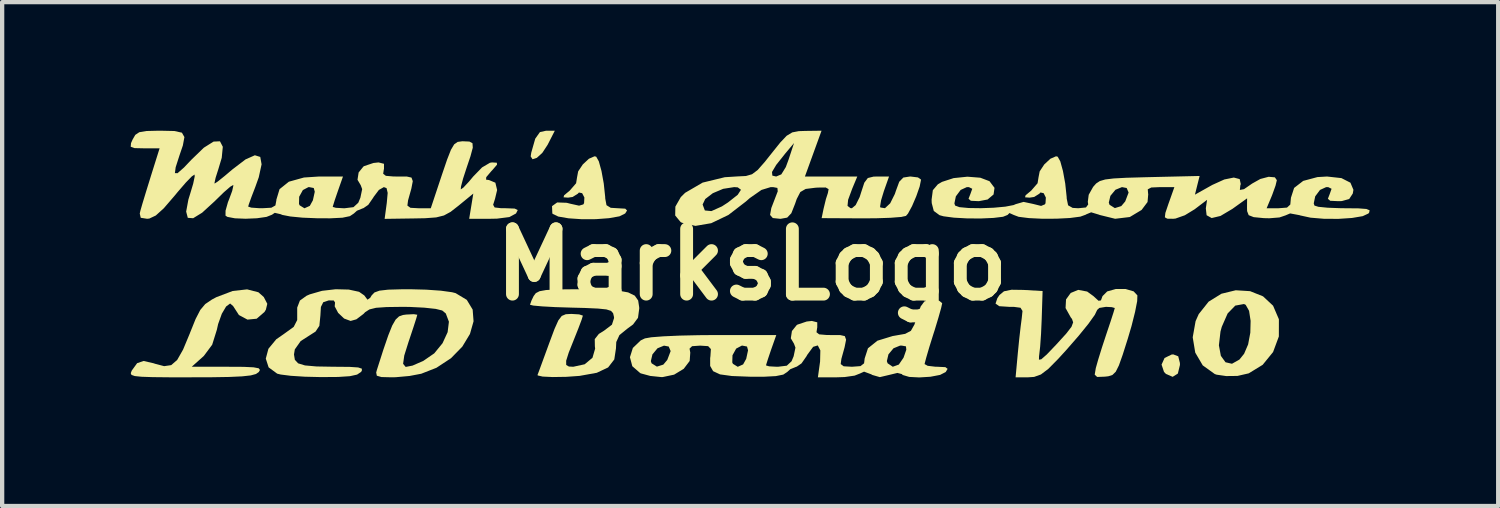
<source format=kicad_pcb>
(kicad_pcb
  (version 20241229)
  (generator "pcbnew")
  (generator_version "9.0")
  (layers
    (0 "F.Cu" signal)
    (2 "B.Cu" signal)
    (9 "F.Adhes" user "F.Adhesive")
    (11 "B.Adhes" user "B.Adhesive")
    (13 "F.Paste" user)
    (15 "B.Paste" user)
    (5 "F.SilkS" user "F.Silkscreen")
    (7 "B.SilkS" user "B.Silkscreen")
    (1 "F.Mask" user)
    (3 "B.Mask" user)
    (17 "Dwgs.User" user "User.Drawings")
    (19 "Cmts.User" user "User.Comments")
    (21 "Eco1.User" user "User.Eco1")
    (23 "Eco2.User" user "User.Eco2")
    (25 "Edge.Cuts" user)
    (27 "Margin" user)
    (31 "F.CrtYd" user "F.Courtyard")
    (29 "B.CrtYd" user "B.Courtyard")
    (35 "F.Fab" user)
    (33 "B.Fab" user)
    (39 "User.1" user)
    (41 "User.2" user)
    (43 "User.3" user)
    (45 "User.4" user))
  (footprint "MarksLogo"
    (layer "F.Cu")
    (at 14.496 3.124)
    (property "Reference" "MarksLogo" (at 0 0 0) (layer "F.SilkS") (effects (font (size 1.524 1.524) (thickness 0.3))))
    (attr board_only exclude_from_pos_files exclude_from_bom)
    (fp_poly (pts (xy -4.768 -2.795) (xy -4.891 -2.608) (xy -5.019 -2.491) (xy -5.12 -2.458) (xy -5.163 -2.524) (xy -5.15 -2.61) (xy -5.094 -2.808) (xy -5.056 -2.939) (xy -4.947 -3.092) (xy -4.802 -3.124) (xy -4.6 -3.124)) (stroke (width 0) (type solid)) (fill yes) (layer "F.SilkS"))
    (fp_poly (pts (xy 9.947 2.14) (xy 9.986 2.295) (xy 9.987 2.342) (xy 9.938 2.543) (xy 9.817 2.619) (xy 9.661 2.552) (xy 9.615 2.504) (xy 9.558 2.334) (xy 9.628 2.179) (xy 9.795 2.098) (xy 9.832 2.096)) (stroke (width 0) (type solid)) (fill yes) (layer "F.SilkS"))
    (fp_poly (pts (xy 11.624 0.62) (xy 11.926 0.741) (xy 12.16 0.959) (xy 12.294 1.271) (xy 12.296 1.282) (xy 12.295 1.677) (xy 12.16 2.041) (xy 11.917 2.339) (xy 11.591 2.538) (xy 11.329 2.598) (xy 11.065 2.601) (xy 10.844 2.569) (xy 10.8 2.554) (xy 10.519 2.352) (xy 10.344 2.054) (xy 10.316 1.884) (xy 10.896 1.884) (xy 10.942 2.13) (xy 11.05 2.279) (xy 11.201 2.314) (xy 11.375 2.216) (xy 11.484 2.081) (xy 11.578 1.862) (xy 11.629 1.59) (xy 11.636 1.313) (xy 11.6 1.079) (xy 11.521 0.939) (xy 11.481 0.92) (xy 11.278 0.957) (xy 11.1 1.14) (xy 10.963 1.452) (xy 10.933 1.562) (xy 10.896 1.884) (xy 10.316 1.884) (xy 10.285 1.697) (xy 10.352 1.32) (xy 10.425 1.156) (xy 10.656 0.865) (xy 10.955 0.68) (xy 11.289 0.599)) (stroke (width 0) (type solid)) (fill yes) (layer "F.SilkS"))
    (fp_poly (pts (xy -3.634 -2.518) (xy -3.573 -2.409) (xy -3.511 -2.184) (xy -3.458 -1.893) (xy -3.425 -1.583) (xy -3.423 -1.541) (xy -3.394 -1.386) (xy -3.295 -1.325) (xy -3.134 -1.315) (xy -2.956 -1.305) (xy -2.914 -1.262) (xy -2.959 -1.192) (xy -3.092 -1.126) (xy -3.335 -1.083) (xy -3.643 -1.06) (xy -3.972 -1.059) (xy -4.279 -1.08) (xy -4.519 -1.121) (xy -4.649 -1.183) (xy -4.658 -1.197) (xy -4.665 -1.364) (xy -4.545 -1.45) (xy -4.322 -1.442) (xy -4.241 -1.421) (xy -4.034 -1.375) (xy -3.935 -1.404) (xy -3.917 -1.435) (xy -3.91 -1.566) (xy -3.962 -1.666) (xy -4.037 -1.682) (xy -4.064 -1.653) (xy -4.184 -1.578) (xy -4.29 -1.562) (xy -4.396 -1.57) (xy -4.383 -1.617) (xy -4.252 -1.726) (xy -4.103 -1.898) (xy -4.081 -2.036) (xy -4.055 -2.175) (xy -3.947 -2.337) (xy -3.804 -2.47) (xy -3.673 -2.527)) (stroke (width 0) (type solid)) (fill yes) (layer "F.SilkS"))
    (fp_poly (pts (xy -11.516 0.646) (xy -11.391 0.757) (xy -11.309 0.915) (xy -11.342 1.052) (xy -11.375 1.106) (xy -11.557 1.263) (xy -11.771 1.284) (xy -11.971 1.177) (xy -12.107 0.967) (xy -12.176 0.908) (xy -12.27 0.978) (xy -12.37 1.147) (xy -12.456 1.387) (xy -12.486 1.521) (xy -12.595 1.87) (xy -12.788 2.129) (xy -12.817 2.156) (xy -13.072 2.384) (xy -12.239 2.384) (xy -11.864 2.386) (xy -11.629 2.397) (xy -11.509 2.42) (xy -11.48 2.459) (xy -11.508 2.507) (xy -11.573 2.553) (xy -11.695 2.586) (xy -11.896 2.608) (xy -12.2 2.622) (xy -12.627 2.629) (xy -13.083 2.63) (xy -13.606 2.63) (xy -13.987 2.626) (xy -14.245 2.617) (xy -14.401 2.601) (xy -14.478 2.574) (xy -14.495 2.534) (xy -14.474 2.479) (xy -14.47 2.471) (xy -14.346 2.3) (xy -14.194 2.249) (xy -13.96 2.303) (xy -13.929 2.314) (xy -13.716 2.37) (xy -13.551 2.346) (xy -13.411 2.224) (xy -13.274 1.983) (xy -13.116 1.604) (xy -13.113 1.595) (xy -12.982 1.27) (xy -12.873 1.059) (xy -12.757 0.921) (xy -12.602 0.816) (xy -12.497 0.76) (xy -12.117 0.616) (xy -11.78 0.578)) (stroke (width 0) (type solid)) (fill yes) (layer "F.SilkS"))
    (fp_poly (pts (xy -3.515 0.581) (xy -3.142 0.603) (xy -2.889 0.649) (xy -2.734 0.725) (xy -2.655 0.838) (xy -2.631 0.996) (xy -2.63 1.025) (xy -2.659 1.242) (xy -2.774 1.397) (xy -2.906 1.494) (xy -3.092 1.645) (xy -3.166 1.807) (xy -3.173 1.956) (xy -3.212 2.213) (xy -3.356 2.4) (xy -3.621 2.525) (xy -4.022 2.597) (xy -4.331 2.619) (xy -4.651 2.624) (xy -4.884 2.613) (xy -4.998 2.587) (xy -5.003 2.574) (xy -4.963 2.468) (xy -4.882 2.247) (xy -4.774 1.952) (xy -4.728 1.826) (xy -4.607 1.502) (xy -4.518 1.303) (xy -4.438 1.198) (xy -4.343 1.158) (xy -4.214 1.151) (xy -4.032 1.162) (xy -3.946 1.19) (xy -3.946 1.194) (xy -3.974 1.286) (xy -4.049 1.486) (xy -4.151 1.742) (xy -4.275 2.053) (xy -4.335 2.243) (xy -4.334 2.342) (xy -4.271 2.379) (xy -4.169 2.384) (xy -3.903 2.326) (xy -3.721 2.174) (xy -3.659 1.961) (xy -3.665 1.908) (xy -3.668 1.739) (xy -3.573 1.618) (xy -3.451 1.542) (xy -3.267 1.402) (xy -3.217 1.246) (xy -3.221 1.213) (xy -3.24 1.134) (xy -3.289 1.08) (xy -3.396 1.046) (xy -3.591 1.026) (xy -3.901 1.012) (xy -4.213 1.004) (xy -4.589 0.992) (xy -4.897 0.975) (xy -5.104 0.956) (xy -5.179 0.937) (xy -5.144 0.838) (xy -5.094 0.734) (xy -5.043 0.666) (xy -4.956 0.621) (xy -4.805 0.594) (xy -4.558 0.58) (xy -4.187 0.576) (xy -4.03 0.575)) (stroke (width 0) (type solid)) (fill yes) (layer "F.SilkS"))
    (fp_poly (pts (xy 8.907 0.625) (xy 8.994 0.719) (xy 8.989 0.853) (xy 8.94 1.104) (xy 8.857 1.434) (xy 8.771 1.726) (xy 8.651 2.104) (xy 8.563 2.352) (xy 8.489 2.5) (xy 8.412 2.575) (xy 8.316 2.606) (xy 8.235 2.615) (xy 8.055 2.622) (xy 7.998 2.568) (xy 8.024 2.412) (xy 8.025 2.41) (xy 8.08 2.215) (xy 8.169 1.928) (xy 8.274 1.609) (xy 8.274 1.609) (xy 8.368 1.329) (xy 8.436 1.118) (xy 8.466 1.016) (xy 8.467 1.013) (xy 8.396 0.993) (xy 8.261 0.986) (xy 8.107 1.011) (xy 8.056 1.057) (xy 8.001 1.172) (xy 7.851 1.382) (xy 7.622 1.664) (xy 7.335 1.993) (xy 7.147 2.199) (xy 6.916 2.433) (xy 6.743 2.564) (xy 6.584 2.621) (xy 6.449 2.63) (xy 6.152 2.63) (xy 6.203 2.076) (xy 6.236 1.744) (xy 6.271 1.438) (xy 6.295 1.254) (xy 6.313 1.083) (xy 6.267 1.007) (xy 6.117 0.987) (xy 6.004 0.986) (xy 5.771 0.971) (xy 5.684 0.91) (xy 5.726 0.784) (xy 5.777 0.709) (xy 5.881 0.623) (xy 6.057 0.587) (xy 6.332 0.591) (xy 6.782 0.617) (xy 6.761 1.274) (xy 6.746 1.615) (xy 6.725 1.915) (xy 6.702 2.117) (xy 6.699 2.137) (xy 6.697 2.219) (xy 6.751 2.21) (xy 6.879 2.098) (xy 7.095 1.872) (xy 7.11 1.856) (xy 7.333 1.611) (xy 7.456 1.452) (xy 7.495 1.348) (xy 7.468 1.268) (xy 7.44 1.233) (xy 7.318 1.014) (xy 7.329 0.813) (xy 7.438 0.662) (xy 7.613 0.59) (xy 7.822 0.629) (xy 7.969 0.736) (xy 8.087 0.844) (xy 8.143 0.836) (xy 8.18 0.736) (xy 8.29 0.626) (xy 8.489 0.57) (xy 8.716 0.569)) (stroke (width 0) (type solid)) (fill yes) (layer "F.SilkS"))
    (fp_poly (pts (xy -9.407 0.583) (xy -9.167 0.635) (xy -9.046 0.719) (xy -8.971 0.819) (xy -8.908 0.775) (xy -8.874 0.719) (xy -8.809 0.651) (xy -8.691 0.608) (xy -8.489 0.585) (xy -8.169 0.576) (xy -7.982 0.575) (xy -7.602 0.585) (xy -7.257 0.609) (xy -6.997 0.645) (xy -6.915 0.666) (xy -6.654 0.823) (xy -6.517 1.05) (xy -6.496 1.323) (xy -6.58 1.619) (xy -6.759 1.915) (xy -7.023 2.185) (xy -7.362 2.408) (xy -7.717 2.547) (xy -7.991 2.599) (xy -8.313 2.628) (xy -8.411 2.63) (xy -8.646 2.624) (xy -8.753 2.593) (xy -8.768 2.519) (xy -8.752 2.459) (xy -8.601 1.987) (xy -8.485 1.649) (xy -8.394 1.422) (xy -8.314 1.283) (xy -8.234 1.208) (xy -8.142 1.176) (xy -8.069 1.166) (xy -7.891 1.157) (xy -7.81 1.17) (xy -7.809 1.172) (xy -7.834 1.26) (xy -7.899 1.462) (xy -7.991 1.739) (xy -8.01 1.794) (xy -8.113 2.122) (xy -8.14 2.315) (xy -8.08 2.388) (xy -7.92 2.357) (xy -7.668 2.247) (xy -7.413 2.071) (xy -7.22 1.835) (xy -7.101 1.577) (xy -7.071 1.333) (xy -7.144 1.14) (xy -7.228 1.071) (xy -7.378 1.034) (xy -7.646 1.005) (xy -7.985 0.988) (xy -8.155 0.986) (xy -8.527 0.991) (xy -8.771 1.008) (xy -8.925 1.046) (xy -9.025 1.11) (xy -9.064 1.151) (xy -9.23 1.277) (xy -9.365 1.315) (xy -9.516 1.259) (xy -9.656 1.126) (xy -9.736 0.975) (xy -9.728 0.884) (xy -9.759 0.837) (xy -9.876 0.836) (xy -10.003 0.878) (xy -10.058 0.988) (xy -10.07 1.189) (xy -10.094 1.429) (xy -10.184 1.564) (xy -10.246 1.603) (xy -10.53 1.785) (xy -10.667 1.979) (xy -10.686 2.097) (xy -10.666 2.221) (xy -10.59 2.304) (xy -10.43 2.353) (xy -10.16 2.377) (xy -9.755 2.384) (xy -9.724 2.384) (xy -9.387 2.387) (xy -9.188 2.4) (xy -9.102 2.429) (xy -9.103 2.478) (xy -9.124 2.507) (xy -9.214 2.567) (xy -9.382 2.604) (xy -9.657 2.622) (xy -10.059 2.625) (xy -10.433 2.616) (xy -10.761 2.595) (xy -10.998 2.565) (xy -11.078 2.545) (xy -11.278 2.398) (xy -11.344 2.194) (xy -11.283 1.965) (xy -11.1 1.743) (xy -10.93 1.625) (xy -10.693 1.454) (xy -10.611 1.294) (xy -10.611 1.274) (xy -10.611 1.003) (xy -10.548 0.839) (xy -10.394 0.728) (xy -10.319 0.695) (xy -10.032 0.612) (xy -9.712 0.575)) (stroke (width 0) (type solid)) (fill yes) (layer "F.SilkS"))
    (fp_poly (pts (xy 1.236 -2.055) (xy 2.458 -2.055) (xy 2.339 -1.77) (xy 2.244 -1.512) (xy 2.23 -1.37) (xy 2.298 -1.318) (xy 2.332 -1.315) (xy 2.42 -1.388) (xy 2.513 -1.575) (xy 2.548 -1.685) (xy 2.622 -1.911) (xy 2.704 -2.02) (xy 2.838 -2.053) (xy 2.925 -2.055) (xy 3.199 -2.055) (xy 3.078 -1.713) (xy 3.013 -1.499) (xy 2.99 -1.357) (xy 2.996 -1.333) (xy 3.104 -1.316) (xy 3.226 -1.43) (xy 3.335 -1.649) (xy 3.358 -1.718) (xy 3.437 -1.933) (xy 3.532 -2.031) (xy 3.687 -2.055) (xy 3.702 -2.055) (xy 3.874 -2.034) (xy 3.946 -1.983) (xy 3.946 -1.983) (xy 3.914 -1.823) (xy 3.835 -1.596) (xy 3.736 -1.365) (xy 3.641 -1.19) (xy 3.594 -1.136) (xy 3.475 -1.111) (xy 3.23 -1.092) (xy 2.895 -1.081) (xy 2.56 -1.079) (xy 1.626 -1.084) (xy 1.671 -1.302) (xy 1.726 -1.528) (xy 1.772 -1.67) (xy 1.789 -1.761) (xy 1.721 -1.799) (xy 1.533 -1.797) (xy 1.476 -1.793) (xy 1.253 -1.765) (xy 1.129 -1.693) (xy 1.045 -1.531) (xy 1.006 -1.418) (xy 0.919 -1.198) (xy 0.822 -1.096) (xy 0.673 -1.069) (xy 0.651 -1.069) (xy 0.487 -1.086) (xy 0.423 -1.159) (xy 0.452 -1.32) (xy 0.53 -1.523) (xy 0.602 -1.71) (xy 0.594 -1.789) (xy 0.493 -1.808) (xy 0.437 -1.808) (xy 0.222 -1.742) (xy -0.05 -1.552) (xy -0.14 -1.473) (xy -0.549 -1.158) (xy -0.95 -0.966) (xy -1.319 -0.903) (xy -1.636 -0.977) (xy -1.665 -0.993) (xy -1.791 -1.146) (xy -1.787 -1.352) (xy -1.759 -1.402) (xy -1.151 -1.402) (xy -1.099 -1.263) (xy -0.946 -1.248) (xy -0.701 -1.358) (xy -0.559 -1.45) (xy -0.332 -1.629) (xy -0.256 -1.746) (xy -0.331 -1.802) (xy -0.414 -1.808) (xy -0.671 -1.768) (xy -0.913 -1.666) (xy -1.09 -1.53) (xy -1.151 -1.402) (xy -1.759 -1.402) (xy -1.66 -1.575) (xy -1.559 -1.675) (xy -1.151 -1.913) (xy -0.633 -2.039) (xy -0.329 -2.058) (xy -0.14 -2.067) (xy 0.001 -2.108) (xy 0.072 -2.161) (xy 0.468 -2.161) (xy 0.476 -2.076) (xy 0.565 -2.055) (xy 0.685 -2.105) (xy 0.79 -2.275) (xy 0.853 -2.445) (xy 0.982 -2.836) (xy 0.775 -2.589) (xy 0.566 -2.326) (xy 0.468 -2.161) (xy 0.072 -2.161) (xy 0.133 -2.207) (xy 0.296 -2.392) (xy 0.452 -2.588) (xy 0.661 -2.849) (xy 0.81 -3.006) (xy 0.941 -3.085) (xy 1.092 -3.114) (xy 1.243 -3.119) (xy 1.624 -3.124)) (stroke (width 0) (type solid)) (fill yes) (layer "F.SilkS"))
    (fp_poly (pts (xy 4.373 0.846) (xy 4.439 0.901) (xy 4.415 1.012) (xy 4.352 1.236) (xy 4.263 1.531) (xy 4.234 1.62) (xy 4.139 1.924) (xy 4.068 2.167) (xy 4.031 2.307) (xy 4.029 2.322) (xy 4.101 2.362) (xy 4.279 2.383) (xy 4.326 2.384) (xy 4.514 2.393) (xy 4.566 2.433) (xy 4.521 2.507) (xy 4.39 2.574) (xy 4.165 2.617) (xy 3.905 2.633) (xy 3.67 2.621) (xy 3.518 2.576) (xy 3.498 2.555) (xy 3.394 2.528) (xy 3.204 2.574) (xy 2.984 2.626) (xy 2.808 2.575) (xy 2.783 2.56) (xy 2.616 2.498) (xy 2.522 2.541) (xy 2.395 2.591) (xy 2.163 2.624) (xy 1.986 2.63) (xy 1.539 2.63) (xy 1.59 2.261) (xy 1.596 2.002) (xy 1.536 1.886) (xy 1.428 1.919) (xy 1.289 2.108) (xy 1.274 2.137) (xy 1.157 2.305) (xy 1.044 2.383) (xy 1.035 2.384) (xy 0.893 2.442) (xy 0.823 2.506) (xy 0.731 2.567) (xy 0.557 2.602) (xy 0.273 2.617) (xy -0.051 2.616) (xy -0.468 2.6) (xy -0.745 2.562) (xy -0.906 2.487) (xy -0.975 2.365) (xy -0.975 2.283) (xy -0.459 2.283) (xy -0.443 2.316) (xy -0.331 2.385) (xy -0.206 2.329) (xy -0.134 2.199) (xy -0.091 2) (xy -0.115 1.912) (xy -0.221 1.891) (xy -0.237 1.891) (xy -0.368 1.96) (xy -0.454 2.116) (xy -0.459 2.283) (xy -0.975 2.283) (xy -0.975 2.182) (xy -0.969 2.138) (xy -0.958 1.971) (xy -1.022 1.903) (xy -1.206 1.891) (xy -1.212 1.891) (xy -1.397 1.904) (xy -1.456 1.961) (xy -1.439 2.054) (xy -1.453 2.249) (xy -1.592 2.432) (xy -1.816 2.568) (xy -2.085 2.625) (xy -2.113 2.625) (xy -2.373 2.598) (xy -2.591 2.539) (xy -2.608 2.531) (xy -2.792 2.371) (xy -2.823 2.252) (xy -2.359 2.252) (xy -2.342 2.303) (xy -2.218 2.381) (xy -2.068 2.334) (xy -1.976 2.225) (xy -1.897 2.018) (xy -1.942 1.912) (xy -2.052 1.891) (xy -2.204 1.953) (xy -2.322 2.095) (xy -2.359 2.252) (xy -2.823 2.252) (xy -2.847 2.161) (xy -2.779 1.945) (xy -2.595 1.769) (xy -2.497 1.722) (xy -2.349 1.696) (xy -2.068 1.674) (xy -1.686 1.657) (xy -1.235 1.647) (xy -0.861 1.644) (xy 0.568 1.644) (xy 0.448 1.983) (xy 0.376 2.196) (xy 0.333 2.332) (xy 0.329 2.353) (xy 0.401 2.374) (xy 0.578 2.384) (xy 0.608 2.384) (xy 0.813 2.359) (xy 0.924 2.256) (xy 0.973 2.139) (xy 1.015 1.938) (xy 0.981 1.846) (xy 0.907 1.72) (xy 0.933 1.55) (xy 1.045 1.411) (xy 1.063 1.4) (xy 1.279 1.328) (xy 1.398 1.315) (xy 1.524 1.347) (xy 1.524 1.467) (xy 1.521 1.48) (xy 1.506 1.579) (xy 1.569 1.628) (xy 1.745 1.643) (xy 1.853 1.644) (xy 2.057 1.644) (xy 2.167 1.669) (xy 2.197 1.752) (xy 2.162 1.928) (xy 2.087 2.199) (xy 2.071 2.321) (xy 2.14 2.373) (xy 2.333 2.384) (xy 2.533 2.369) (xy 2.616 2.304) (xy 2.623 2.252) (xy 3.148 2.252) (xy 3.166 2.303) (xy 3.286 2.384) (xy 3.427 2.333) (xy 3.537 2.173) (xy 3.602 1.987) (xy 3.594 1.908) (xy 3.5 1.891) (xy 3.455 1.891) (xy 3.303 1.953) (xy 3.185 2.095) (xy 3.148 2.252) (xy 2.623 2.252) (xy 2.63 2.191) (xy 2.707 1.953) (xy 2.928 1.776) (xy 3.284 1.667) (xy 3.338 1.658) (xy 3.576 1.616) (xy 3.709 1.545) (xy 3.792 1.398) (xy 3.853 1.212) (xy 3.938 0.976) (xy 4.024 0.86) (xy 4.148 0.824) (xy 4.207 0.822)) (stroke (width 0) (type solid)) (fill yes) (layer "F.SilkS"))
    (fp_poly (pts (xy 7.134 -2.518) (xy 7.195 -2.409) (xy 7.257 -2.184) (xy 7.31 -1.893) (xy 7.343 -1.583) (xy 7.345 -1.541) (xy 7.377 -1.383) (xy 7.483 -1.323) (xy 7.616 -1.315) (xy 7.794 -1.333) (xy 7.846 -1.403) (xy 7.84 -1.447) (xy 8.327 -1.447) (xy 8.344 -1.396) (xy 8.468 -1.318) (xy 8.618 -1.365) (xy 8.71 -1.474) (xy 8.789 -1.681) (xy 8.744 -1.787) (xy 8.634 -1.808) (xy 8.482 -1.746) (xy 8.364 -1.604) (xy 8.327 -1.447) (xy 7.84 -1.447) (xy 7.837 -1.464) (xy 7.858 -1.629) (xy 7.961 -1.813) (xy 8.032 -1.893) (xy 8.117 -1.949) (xy 8.243 -1.986) (xy 8.44 -2.01) (xy 8.736 -2.026) (xy 9.161 -2.038) (xy 9.284 -2.041) (xy 10.446 -2.068) (xy 10.391 -1.85) (xy 10.337 -1.632) (xy 10.742 -1.859) (xy 11.022 -1.986) (xy 11.244 -2.031) (xy 11.381 -1.995) (xy 11.406 -1.879) (xy 11.396 -1.849) (xy 11.385 -1.742) (xy 11.482 -1.76) (xy 11.672 -1.891) (xy 11.863 -1.998) (xy 12.057 -2.049) (xy 12.202 -2.036) (xy 12.248 -1.97) (xy 12.218 -1.844) (xy 12.145 -1.641) (xy 12.129 -1.6) (xy 12.01 -1.315) (xy 12.293 -1.315) (xy 12.485 -1.33) (xy 12.562 -1.401) (xy 12.577 -1.56) (xy 12.651 -1.789) (xy 12.863 -1.953) (xy 13.196 -2.042) (xy 13.42 -2.055) (xy 13.755 -2.018) (xy 13.965 -1.911) (xy 14.035 -1.745) (xy 14.02 -1.658) (xy 13.936 -1.53) (xy 13.763 -1.482) (xy 13.678 -1.48) (xy 13.493 -1.489) (xy 13.439 -1.536) (xy 13.481 -1.644) (xy 13.525 -1.769) (xy 13.448 -1.807) (xy 13.399 -1.808) (xy 13.255 -1.742) (xy 13.143 -1.592) (xy 13.109 -1.428) (xy 13.126 -1.377) (xy 13.219 -1.348) (xy 13.435 -1.327) (xy 13.733 -1.316) (xy 13.825 -1.315) (xy 14.15 -1.312) (xy 14.337 -1.298) (xy 14.413 -1.267) (xy 14.402 -1.214) (xy 14.385 -1.192) (xy 14.251 -1.13) (xy 14.002 -1.088) (xy 13.684 -1.067) (xy 13.345 -1.069) (xy 13.033 -1.095) (xy 12.794 -1.147) (xy 12.778 -1.153) (xy 12.558 -1.194) (xy 12.45 -1.148) (xy 12.309 -1.1) (xy 12.073 -1.081) (xy 11.946 -1.084) (xy 11.708 -1.107) (xy 11.591 -1.153) (xy 11.554 -1.248) (xy 11.552 -1.328) (xy 11.554 -1.546) (xy 11.211 -1.3) (xy 10.933 -1.135) (xy 10.727 -1.086) (xy 10.609 -1.152) (xy 10.591 -1.312) (xy 10.62 -1.511) (xy 10.329 -1.29) (xy 10.101 -1.151) (xy 9.883 -1.074) (xy 9.828 -1.069) (xy 9.692 -1.071) (xy 9.635 -1.103) (xy 9.647 -1.206) (xy 9.719 -1.419) (xy 9.737 -1.469) (xy 9.857 -1.808) (xy 9.526 -1.808) (xy 9.318 -1.799) (xy 9.236 -1.756) (xy 9.244 -1.657) (xy 9.247 -1.645) (xy 9.231 -1.46) (xy 9.092 -1.275) (xy 8.817 -1.11) (xy 8.475 -1.069) (xy 8.114 -1.158) (xy 8.098 -1.165) (xy 7.915 -1.22) (xy 7.797 -1.171) (xy 7.79 -1.165) (xy 7.663 -1.119) (xy 7.419 -1.087) (xy 7.106 -1.071) (xy 6.77 -1.07) (xy 6.461 -1.085) (xy 6.223 -1.115) (xy 6.109 -1.158) (xy 6.009 -1.203) (xy 5.964 -1.158) (xy 5.859 -1.116) (xy 5.636 -1.089) (xy 5.34 -1.076) (xy 5.017 -1.078) (xy 4.713 -1.095) (xy 4.471 -1.127) (xy 4.377 -1.153) (xy 4.243 -1.252) (xy 4.195 -1.435) (xy 4.192 -1.516) (xy 4.221 -1.736) (xy 4.338 -1.873) (xy 4.435 -1.93) (xy 4.706 -2.018) (xy 5.027 -2.051) (xy 5.329 -2.027) (xy 5.543 -1.946) (xy 5.66 -1.791) (xy 5.638 -1.636) (xy 5.499 -1.519) (xy 5.294 -1.48) (xy 5.108 -1.489) (xy 5.054 -1.536) (xy 5.096 -1.644) (xy 5.141 -1.769) (xy 5.064 -1.807) (xy 5.014 -1.808) (xy 4.87 -1.742) (xy 4.758 -1.592) (xy 4.724 -1.428) (xy 4.741 -1.377) (xy 4.842 -1.34) (xy 5.058 -1.32) (xy 5.34 -1.316) (xy 5.641 -1.327) (xy 5.913 -1.352) (xy 6.106 -1.389) (xy 6.154 -1.41) (xy 6.338 -1.463) (xy 6.558 -1.416) (xy 6.747 -1.369) (xy 6.836 -1.406) (xy 6.85 -1.432) (xy 6.858 -1.564) (xy 6.807 -1.666) (xy 6.733 -1.683) (xy 6.705 -1.653) (xy 6.585 -1.578) (xy 6.478 -1.562) (xy 6.373 -1.57) (xy 6.385 -1.617) (xy 6.516 -1.726) (xy 6.665 -1.898) (xy 6.687 -2.036) (xy 6.714 -2.175) (xy 6.821 -2.337) (xy 6.964 -2.47) (xy 7.095 -2.527)) (stroke (width 0) (type solid)) (fill yes) (layer "F.SilkS"))
    (fp_poly (pts (xy -13.478 -3.117) (xy -13.301 -3.078) (xy -13.243 -2.975) (xy -13.279 -2.78) (xy -13.358 -2.548) (xy -13.447 -2.271) (xy -13.465 -2.134) (xy -13.403 -2.133) (xy -13.252 -2.266) (xy -13.082 -2.445) (xy -12.789 -2.728) (xy -12.563 -2.87) (xy -12.413 -2.877) (xy -12.347 -2.749) (xy -12.372 -2.491) (xy -12.45 -2.23) (xy -12.515 -2.026) (xy -12.541 -1.905) (xy -12.537 -1.891) (xy -12.463 -1.94) (xy -12.302 -2.069) (xy -12.125 -2.219) (xy -11.817 -2.454) (xy -11.599 -2.551) (xy -11.473 -2.512) (xy -11.442 -2.34) (xy -11.508 -2.037) (xy -11.59 -1.808) (xy -11.681 -1.571) (xy -11.741 -1.403) (xy -11.755 -1.353) (xy -11.682 -1.329) (xy -11.499 -1.316) (xy -11.426 -1.315) (xy -11.214 -1.327) (xy -11.12 -1.38) (xy -11.113 -1.416) (xy -10.569 -1.416) (xy -10.554 -1.383) (xy -10.442 -1.314) (xy -10.317 -1.37) (xy -10.245 -1.5) (xy -10.201 -1.7) (xy -10.225 -1.787) (xy -10.332 -1.808) (xy -10.348 -1.808) (xy -10.479 -1.739) (xy -10.565 -1.583) (xy -10.569 -1.416) (xy -11.113 -1.416) (xy -11.097 -1.502) (xy -11.097 -1.515) (xy -11.023 -1.76) (xy -10.806 -1.934) (xy -10.453 -2.032) (xy -10.103 -2.055) (xy -9.543 -2.055) (xy -9.662 -1.716) (xy -9.735 -1.503) (xy -9.777 -1.367) (xy -9.782 -1.346) (xy -9.71 -1.325) (xy -9.533 -1.315) (xy -9.502 -1.315) (xy -9.298 -1.34) (xy -9.186 -1.443) (xy -9.137 -1.56) (xy -9.095 -1.761) (xy -9.129 -1.853) (xy -9.204 -1.979) (xy -9.178 -2.149) (xy -9.066 -2.288) (xy -9.047 -2.299) (xy -8.832 -2.371) (xy -8.713 -2.384) (xy -8.586 -2.352) (xy -8.586 -2.232) (xy -8.59 -2.219) (xy -8.605 -2.12) (xy -8.542 -2.071) (xy -8.366 -2.056) (xy -8.258 -2.055) (xy -8.054 -2.055) (xy -7.944 -2.03) (xy -7.914 -1.947) (xy -7.948 -1.771) (xy -8.024 -1.5) (xy -8.04 -1.377) (xy -7.969 -1.325) (xy -7.784 -1.315) (xy -7.494 -1.315) (xy -7.234 -2.096) (xy -7.113 -2.451) (xy -7.024 -2.678) (xy -6.948 -2.806) (xy -6.867 -2.863) (xy -6.764 -2.877) (xy -6.734 -2.877) (xy -6.593 -2.871) (xy -6.521 -2.832) (xy -6.514 -2.728) (xy -6.568 -2.527) (xy -6.658 -2.26) (xy -6.741 -2.005) (xy -6.789 -1.822) (xy -6.795 -1.754) (xy -6.734 -1.796) (xy -6.605 -1.934) (xy -6.504 -2.055) (xy -6.297 -2.268) (xy -6.113 -2.376) (xy -6.065 -2.384) (xy -5.953 -2.377) (xy -5.948 -2.332) (xy -6.051 -2.212) (xy -6.083 -2.178) (xy -6.2 -2.04) (xy -6.204 -1.982) (xy -6.136 -1.973) (xy -5.987 -1.911) (xy -5.946 -1.74) (xy -5.995 -1.535) (xy -6.039 -1.396) (xy -6.004 -1.333) (xy -5.856 -1.316) (xy -5.742 -1.315) (xy -5.536 -1.307) (xy -5.465 -1.273) (xy -5.502 -1.199) (xy -5.507 -1.192) (xy -5.66 -1.109) (xy -5.95 -1.072) (xy -6.104 -1.069) (xy -6.598 -1.069) (xy -6.55 -1.363) (xy -6.502 -1.657) (xy -6.85 -1.372) (xy -7.031 -1.231) (xy -7.187 -1.146) (xy -7.368 -1.101) (xy -7.626 -1.082) (xy -7.885 -1.077) (xy -8.571 -1.067) (xy -8.521 -1.438) (xy -8.5 -1.673) (xy -8.526 -1.784) (xy -8.589 -1.808) (xy -8.705 -1.742) (xy -8.827 -1.58) (xy -8.837 -1.562) (xy -8.953 -1.394) (xy -9.067 -1.316) (xy -9.075 -1.315) (xy -9.217 -1.257) (xy -9.289 -1.192) (xy -9.382 -1.13) (xy -9.555 -1.094) (xy -9.839 -1.08) (xy -10.141 -1.081) (xy -10.486 -1.095) (xy -10.773 -1.123) (xy -10.958 -1.159) (xy -10.998 -1.176) (xy -11.135 -1.208) (xy -11.199 -1.164) (xy -11.327 -1.113) (xy -11.551 -1.081) (xy -11.816 -1.07) (xy -12.064 -1.08) (xy -12.239 -1.113) (xy -12.284 -1.142) (xy -12.283 -1.258) (xy -12.227 -1.457) (xy -12.201 -1.521) (xy -12.128 -1.719) (xy -12.101 -1.842) (xy -12.104 -1.857) (xy -12.172 -1.818) (xy -12.322 -1.688) (xy -12.522 -1.493) (xy -12.537 -1.478) (xy -12.829 -1.211) (xy -13.039 -1.082) (xy -13.164 -1.091) (xy -13.202 -1.237) (xy -13.15 -1.518) (xy -13.109 -1.651) (xy -13.038 -1.889) (xy -13.003 -2.055) (xy -13.006 -2.101) (xy -13.07 -2.058) (xy -13.21 -1.914) (xy -13.399 -1.695) (xy -13.475 -1.603) (xy -13.724 -1.314) (xy -13.911 -1.145) (xy -14.062 -1.074) (xy -14.114 -1.069) (xy -14.262 -1.092) (xy -14.285 -1.191) (xy -14.271 -1.254) (xy -14.224 -1.418) (xy -14.142 -1.688) (xy -14.043 -2.008) (xy -14.022 -2.076) (xy -13.822 -2.713) (xy -14.184 -2.713) (xy -14.406 -2.718) (xy -14.496 -2.75) (xy -14.489 -2.834) (xy -14.452 -2.918) (xy -14.389 -3.027) (xy -14.296 -3.089) (xy -14.13 -3.117) (xy -13.849 -3.124) (xy -13.797 -3.124)) (stroke (width 0) (type solid)) (fill yes) (layer "F.SilkS")))
  (gr_rect
    (start -3 -3)
    (end 31.909 8.757)
    (stroke (width 0.1) (type default))
    (fill no)
    (layer "Edge.Cuts")))
</source>
